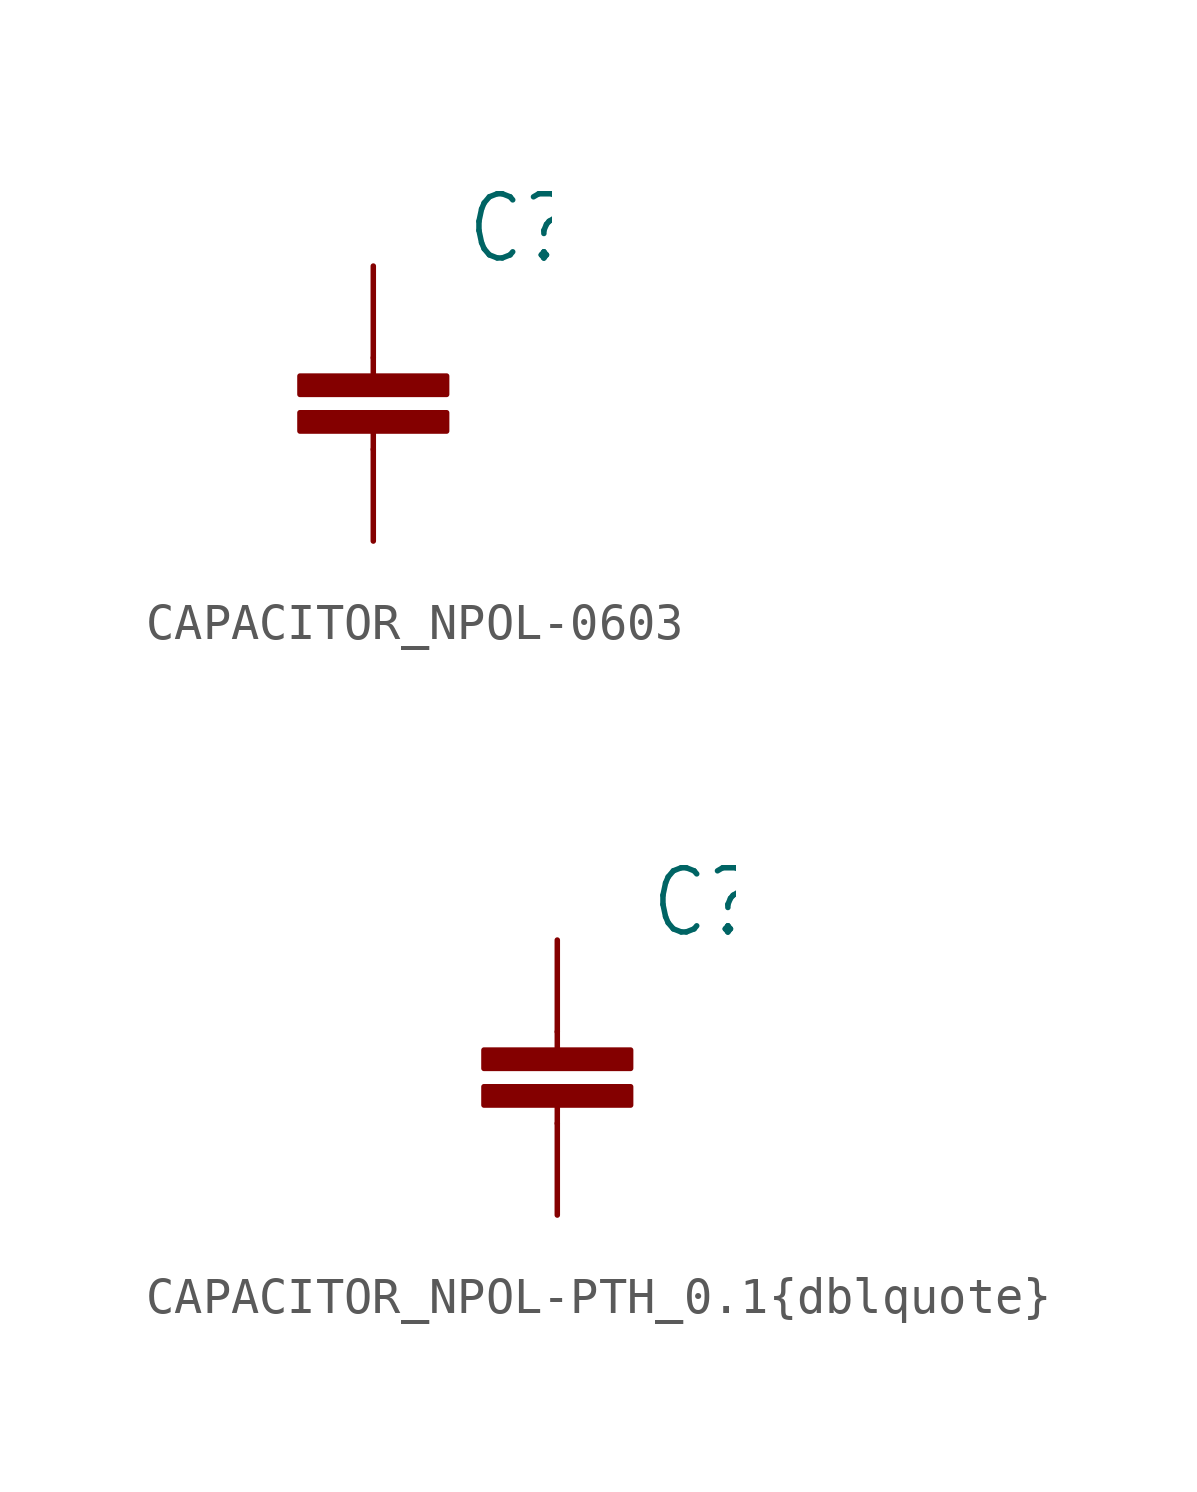
<source format=kicad_sym>
(kicad_symbol_lib
  (version 20241209)
  (generator "kicad_symbol_editor")
  (generator_version "9.0")
  (symbol "CAPACITOR_NPOL-0603"
    (property "Reference" "C"
      (at 2.54 5.08 0)
      (effects (font (size 1.778 1.511)) (justify left bottom)))
    (property "Value" ""
      (at 2.54 2.54 0)
      (effects (font (size 1.778 1.511)) (justify left bottom)))
    (property "ki_locked" ""
      (at 0 0 0)
      (effects (font (size 1.27 1.27))))
    (symbol "CAPACITOR_NPOL-0603_1_0"
      (rectangle (start -2.032 1.524) (end 2.032 2.032) (stroke (width 0) (type default)) (fill (type outline)))
      (rectangle (start -2.032 0.508) (end 2.032 1.016) (stroke (width 0) (type default)) (fill (type outline)))
      (polyline (pts (xy 0 2.54) (xy 0 2.032)) (stroke (width 0.152) (type solid)) (fill (type none)))
      (polyline (pts (xy 0 0) (xy 0 0.508)) (stroke (width 0.152) (type solid)) (fill (type none)))
      (pin passive line (at 0 5.08 270) (length 2.54) (name "1" (effects (font (size 0 0)))) (number "1" (effects (font (size 0 0)))))
      (pin passive line (at 0 -2.54 90) (length 2.54) (name "2" (effects (font (size 0 0)))) (number "2" (effects (font (size 0 0)))))))
  (symbol "CAPACITOR_NPOL-PTH_0.1{dblquote}"
    (property "Reference" "C"
      (at 2.54 5.08 0)
      (effects (font (size 1.778 1.511)) (justify left bottom)))
    (property "Value" ""
      (at 2.54 2.54 0)
      (effects (font (size 1.778 1.511)) (justify left bottom)))
    (property "ki_locked" ""
      (at 0 0 0)
      (effects (font (size 1.27 1.27))))
    (symbol "CAPACITOR_NPOL-PTH_0.1{dblquote}_1_0"
      (rectangle (start -2.032 1.524) (end 2.032 2.032) (stroke (width 0) (type default)) (fill (type outline)))
      (rectangle (start -2.032 0.508) (end 2.032 1.016) (stroke (width 0) (type default)) (fill (type outline)))
      (polyline (pts (xy 0 2.54) (xy 0 2.032)) (stroke (width 0.152) (type solid)) (fill (type none)))
      (polyline (pts (xy 0 0) (xy 0 0.508)) (stroke (width 0.152) (type solid)) (fill (type none)))
      (pin passive line (at 0 5.08 270) (length 2.54) (name "1" (effects (font (size 0 0)))) (number "1" (effects (font (size 0 0)))))
      (pin passive line (at 0 -2.54 90) (length 2.54) (name "2" (effects (font (size 0 0)))) (number "2" (effects (font (size 0 0))))))))
</source>
